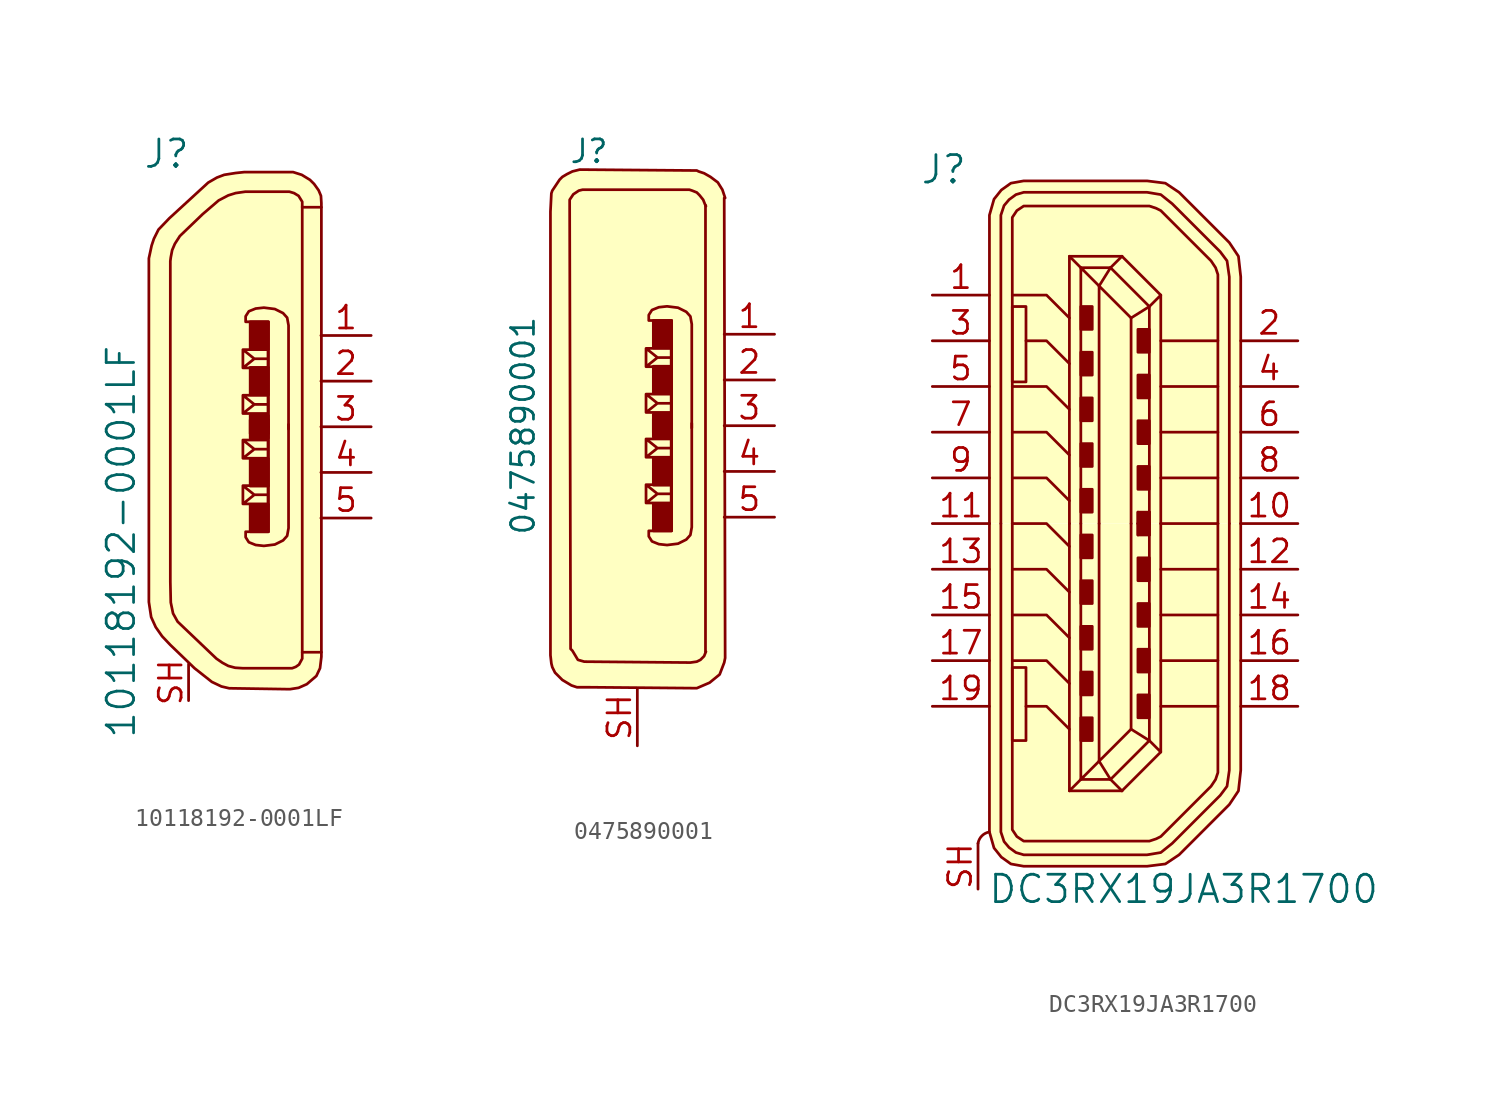
<source format=kicad_sym>
(kicad_symbol_lib
  (version 20220914)
  (generator kicad_symbol_editor)
  (symbol "10118192-0001LF"
    (pin_names
      (offset 1.016))
    (property "Reference" "J"
      (at -3.759 15.189 0)
      (effects (font (size 1.524 1.524))))
    (property "Value" "10118192-0001LF"
      (at -6.299 -6.401 90)
      (effects (font (size 1.524 1.524))))
    (symbol "10118192-0001LF_0_1"
      (polyline (pts (xy 3.785 12.243) (xy 3.785 -12.548)) (stroke (width 0) (type solid)) (fill (type none)))
      (polyline (pts (xy 0.483 -4.293) (xy 0.483 -3.277) (xy 1.88 -3.277) (xy 1.88 -4.293) (xy 0.483 -4.293) (xy 1.118 -3.785) (xy 0.483 -3.277) (xy 1.88 -3.277) (xy 1.88 -3.785) (xy 1.118 -3.785)) (stroke (width 0) (type solid)) (fill (type none)))
      (polyline (pts (xy 0.483 -1.753) (xy 0.483 -0.737) (xy 1.88 -0.737) (xy 1.88 -1.753) (xy 0.483 -1.753) (xy 1.118 -1.245) (xy 0.483 -0.737) (xy 1.88 -0.737) (xy 1.88 -1.245) (xy 1.118 -1.245)) (stroke (width 0) (type solid)) (fill (type none)))
      (polyline (pts (xy 0.483 1.753) (xy 0.483 0.737) (xy 1.88 0.737) (xy 1.88 1.753) (xy 0.483 1.753) (xy 1.118 1.245) (xy 0.483 0.737) (xy 1.88 0.737) (xy 1.88 1.245) (xy 1.118 1.245)) (stroke (width 0) (type solid)) (fill (type none)))
      (polyline (pts (xy 0.483 4.293) (xy 0.483 3.277) (xy 1.88 3.277) (xy 1.88 4.293) (xy 0.483 4.293) (xy 1.118 3.785) (xy 0.483 3.277) (xy 1.88 3.277) (xy 1.88 3.785) (xy 1.118 3.785)) (stroke (width 0) (type solid)) (fill (type none)))
      (polyline (pts (xy 1.905 -0.025) (xy 1.905 5.842) (xy 0.635 5.842) (xy 0.635 6.147) (xy 0.813 6.426) (xy 1.194 6.579) (xy 1.651 6.629) (xy 2.261 6.553) (xy 2.718 6.325) (xy 2.946 6.071) (xy 3.023 5.639) (xy 3.023 4.801) (xy 3.023 -0.127)) (stroke (width 0) (type solid)) (fill (type none)))
      (polyline (pts (xy 1.905 0.025) (xy 1.905 -5.842) (xy 0.635 -5.842) (xy 0.635 -6.147) (xy 0.813 -6.426) (xy 1.194 -6.579) (xy 1.651 -6.629) (xy 2.261 -6.553) (xy 2.718 -6.325) (xy 2.946 -6.071) (xy 3.023 -5.639) (xy 3.023 -4.801) (xy 3.023 0.127)) (stroke (width 0) (type solid)) (fill (type none)))
      (polyline (pts (xy 4.851 -12.548) (xy 3.835 -12.548) (xy 3.785 -12.548) (xy 3.785 -12.903) (xy 3.607 -13.233) (xy 3.429 -13.36) (xy 3.226 -13.437) (xy 0.457 -13.437) (xy 0.051 -13.411) (xy -0.33 -13.31) (xy -0.66 -13.132) (xy -0.991 -12.903) (xy -3.15 -10.846) (xy -3.404 -10.389) (xy -3.531 -9.779) (xy -3.556 -8.636) (xy -3.556 9.22) (xy -3.531 9.423) (xy -3.454 9.83) (xy -3.302 10.185) (xy -3.023 10.617) (xy -1.753 11.836) (xy -0.864 12.598) (xy -0.33 12.878) (xy 0.076 13.005) (xy 0.61 13.081) (xy 3.073 13.081) (xy 3.327 13.005) (xy 3.581 12.852) (xy 3.785 12.522) (xy 3.785 12.217) (xy 4.851 12.217)) (stroke (width 0) (type solid)) (fill (type none)))
      (polyline (pts (xy 4.851 -11.481) (xy 4.851 -12.802) (xy 4.775 -13.437) (xy 4.572 -13.868) (xy 4.039 -14.326) (xy 3.581 -14.529) (xy 3.099 -14.605) (xy -0.279 -14.554) (xy -0.711 -14.453) (xy -1.245 -14.199) (xy -2.21 -13.437) (xy -3.556 -12.141) (xy -4.013 -11.659) (xy -4.369 -11.151) (xy -4.623 -10.592) (xy -4.75 -9.754) (xy -4.75 9.373) (xy -4.597 10.084) (xy -4.47 10.465) (xy -4.216 10.973) (xy -3.607 11.608) (xy -1.448 13.589) (xy -0.965 13.868) (xy -0.559 14.021) (xy 0.076 14.122) (xy 0.559 14.173) (xy 3.277 14.173) (xy 3.759 14.021) (xy 4.216 13.741) (xy 4.445 13.513) (xy 4.699 13.157) (xy 4.826 12.852) (xy 4.851 12.446) (xy 4.851 -11.506)) (stroke (width 0) (type solid)) (fill (type background)))
      (rectangle (start 0.889 -4.318) (end 1.905 -5.842) (stroke (width 0) (type solid)) (fill (type outline)))
      (rectangle (start 0.889 -3.302) (end 1.905 -1.778) (stroke (width 0) (type solid)) (fill (type outline)))
      (rectangle (start 0.889 -0.635) (end 1.905 0.381) (stroke (width 0) (type solid)) (fill (type outline)))
      (rectangle (start 0.889 0.635) (end 1.905 -0.381) (stroke (width 0) (type solid)) (fill (type outline)))
      (rectangle (start 0.889 3.302) (end 1.905 1.778) (stroke (width 0) (type solid)) (fill (type outline)))
      (rectangle (start 0.889 4.318) (end 1.905 5.842) (stroke (width 0) (type solid)) (fill (type outline))))
    (symbol "10118192-0001LF_1_1"
      (pin passive line (at 7.62 5.08 180) (length 2.794) (name "~" (effects (font (size 1.27 1.27)))) (number "1" (effects (font (size 1.27 1.27)))))
      (pin passive line (at 7.62 2.54 180) (length 2.794) (name "~" (effects (font (size 1.27 1.27)))) (number "2" (effects (font (size 1.27 1.27)))))
      (pin passive line (at 7.62 0 180) (length 2.794) (name "~" (effects (font (size 1.27 1.27)))) (number "3" (effects (font (size 1.27 1.27)))))
      (pin passive line (at 7.62 -2.54 180) (length 2.794) (name "~" (effects (font (size 1.27 1.27)))) (number "4" (effects (font (size 1.27 1.27)))))
      (pin passive line (at 7.62 -5.08 180) (length 2.794) (name "~" (effects (font (size 1.27 1.27)))) (number "5" (effects (font (size 1.27 1.27)))))
      (pin passive line (at -2.54 -15.24 90) (length 2.032) (name "~" (effects (font (size 1.27 1.27)))) (number "SH" (effects (font (size 1.27 1.27)))))))
  (symbol "0475890001"
    (pin_names
      (offset 1.016))
    (property "Reference" "J"
      (at -3.81 15.24 0)
      (effects (font (size 1.27 1.27)) (justify left)))
    (property "Value" "0475890001"
      (at -6.35 0 90)
      (effects (font (size 1.27 1.27))))
    (symbol "0475890001_0_1"
      (polyline (pts (xy 3.81 -12.548) (xy 3.708 -12.802) (xy 3.505 -13.005) (xy 3.302 -13.106) (xy 2.946 -13.157) (xy -2.946 -13.106) (xy -3.302 -13.005) (xy -3.454 -12.751) (xy -3.607 -12.497) (xy -3.708 -12.395) (xy -3.759 12.192) (xy -3.759 12.548) (xy -3.556 12.852) (xy -3.251 13.056) (xy -3.048 13.106) (xy 2.54 13.106) (xy 2.896 13.106) (xy 3.048 13.056) (xy 3.302 12.954) (xy 3.454 12.802) (xy 3.658 12.548) (xy 3.759 12.294) (xy 3.81 12.192)) (stroke (width 0) (type solid)) (fill (type none)))
      (polyline (pts (xy 4.877 12.649) (xy 4.724 13.106) (xy 4.47 13.513) (xy 4.064 13.818) (xy 3.708 14.021) (xy 3.404 14.122) (xy 3.302 14.173) (xy -3.2 14.224) (xy -3.607 14.122) (xy -3.912 13.97) (xy -4.166 13.818) (xy -4.318 13.665) (xy -4.521 13.36) (xy -4.724 13.056) (xy -4.775 12.903) (xy -4.826 11.887) (xy -4.826 -12.751) (xy -4.775 -13.208) (xy -4.724 -13.411) (xy -4.572 -13.716) (xy -4.166 -14.122) (xy -3.658 -14.427) (xy -3.353 -14.529) (xy -2.642 -14.529) (xy 3.302 -14.58) (xy 4.013 -14.275) (xy 4.572 -13.818) (xy 4.826 -13.157) (xy 4.877 -12.903) (xy 4.826 12.649)) (stroke (width 0) (type solid)) (fill (type background))))
    (symbol "0475890001_1_1"
      (polyline (pts (xy 3.785 12.243) (xy 3.785 -12.548)) (stroke (width 0) (type solid)) (fill (type none)))
      (polyline (pts (xy 0.483 -4.293) (xy 0.483 -3.277) (xy 1.88 -3.277) (xy 1.88 -4.293) (xy 0.483 -4.293) (xy 1.118 -3.785) (xy 0.483 -3.277) (xy 1.88 -3.277) (xy 1.88 -3.785) (xy 1.118 -3.785)) (stroke (width 0) (type solid)) (fill (type none)))
      (polyline (pts (xy 0.483 -1.753) (xy 0.483 -0.737) (xy 1.88 -0.737) (xy 1.88 -1.753) (xy 0.483 -1.753) (xy 1.118 -1.245) (xy 0.483 -0.737) (xy 1.88 -0.737) (xy 1.88 -1.245) (xy 1.118 -1.245)) (stroke (width 0) (type solid)) (fill (type none)))
      (polyline (pts (xy 0.483 1.753) (xy 0.483 0.737) (xy 1.88 0.737) (xy 1.88 1.753) (xy 0.483 1.753) (xy 1.118 1.245) (xy 0.483 0.737) (xy 1.88 0.737) (xy 1.88 1.245) (xy 1.118 1.245)) (stroke (width 0) (type solid)) (fill (type none)))
      (polyline (pts (xy 0.483 4.293) (xy 0.483 3.277) (xy 1.88 3.277) (xy 1.88 4.293) (xy 0.483 4.293) (xy 1.118 3.785) (xy 0.483 3.277) (xy 1.88 3.277) (xy 1.88 3.785) (xy 1.118 3.785)) (stroke (width 0) (type solid)) (fill (type none)))
      (polyline (pts (xy 1.905 -0.025) (xy 1.905 5.842) (xy 0.635 5.842) (xy 0.635 6.147) (xy 0.813 6.426) (xy 1.194 6.579) (xy 1.651 6.629) (xy 2.261 6.553) (xy 2.718 6.325) (xy 2.946 6.071) (xy 3.023 5.639) (xy 3.023 4.801) (xy 3.023 -0.127)) (stroke (width 0) (type solid)) (fill (type none)))
      (polyline (pts (xy 1.905 0.025) (xy 1.905 -5.842) (xy 0.635 -5.842) (xy 0.635 -6.147) (xy 0.813 -6.426) (xy 1.194 -6.579) (xy 1.651 -6.629) (xy 2.261 -6.553) (xy 2.718 -6.325) (xy 2.946 -6.071) (xy 3.023 -5.639) (xy 3.023 -4.801) (xy 3.023 0.127)) (stroke (width 0) (type solid)) (fill (type none)))
      (rectangle (start 0.889 -4.318) (end 1.905 -5.842) (stroke (width 0) (type solid)) (fill (type outline)))
      (rectangle (start 0.889 -3.302) (end 1.905 -1.778) (stroke (width 0) (type solid)) (fill (type outline)))
      (rectangle (start 0.889 -0.635) (end 1.905 0.381) (stroke (width 0) (type solid)) (fill (type outline)))
      (rectangle (start 0.889 0.635) (end 1.905 -0.381) (stroke (width 0) (type solid)) (fill (type outline)))
      (rectangle (start 0.889 3.302) (end 1.905 1.778) (stroke (width 0) (type solid)) (fill (type outline)))
      (rectangle (start 0.889 4.318) (end 1.905 5.842) (stroke (width 0) (type solid)) (fill (type outline)))
      (pin passive line (at 7.62 5.08 180) (length 2.794) (name "~" (effects (font (size 1.27 1.27)))) (number "1" (effects (font (size 1.27 1.27)))))
      (pin passive line (at 7.62 2.54 180) (length 2.794) (name "~" (effects (font (size 1.27 1.27)))) (number "2" (effects (font (size 1.27 1.27)))))
      (pin passive line (at 7.62 0 180) (length 2.794) (name "~" (effects (font (size 1.27 1.27)))) (number "3" (effects (font (size 1.27 1.27)))))
      (pin passive line (at 7.62 -2.54 180) (length 2.794) (name "~" (effects (font (size 1.27 1.27)))) (number "4" (effects (font (size 1.27 1.27)))))
      (pin passive line (at 7.62 -5.08 180) (length 2.794) (name "~" (effects (font (size 1.27 1.27)))) (number "5" (effects (font (size 1.27 1.27)))))
      (pin passive line (at 0 -17.78 90) (length 3.175) (name "~" (effects (font (size 1.27 1.27)))) (number "SH" (effects (font (size 1.27 1.27)))))))
  (symbol "DC3RX19JA3R1700"
    (pin_names
      (offset 1.016))
    (property "Reference" "J"
      (at -9.525 19.685 0)
      (effects (font (size 1.524 1.524))))
    (property "Value" "DC3RX19JA3R1700"
      (at 3.81 -20.32 0)
      (effects (font (size 1.524 1.524))))
    (symbol "DC3RX19JA3R1700_0_1"
      (arc (start -6.985 -17.145) (mid -7.4042 -17.3608) (end -7.62 -17.78) (stroke (width 0) (type solid)) (fill (type none)))
      (rectangle (start -5.715 -12.065) (end -4.953 -8.001) (stroke (width 0) (type solid)) (fill (type none)))
      (rectangle (start -5.715 12.065) (end -4.953 7.874) (stroke (width 0) (type solid)) (fill (type none)))
      (rectangle (start -1.27 -12.065) (end -1.905 -10.795) (stroke (width 0) (type solid)) (fill (type outline)))
      (rectangle (start -1.27 -9.525) (end -1.905 -8.255) (stroke (width 0) (type solid)) (fill (type outline)))
      (rectangle (start -1.27 -6.985) (end -1.905 -5.715) (stroke (width 0) (type solid)) (fill (type outline)))
      (rectangle (start -1.27 -4.445) (end -1.905 -3.175) (stroke (width 0) (type solid)) (fill (type outline)))
      (rectangle (start -1.27 -1.905) (end -1.905 -0.635) (stroke (width 0) (type solid)) (fill (type outline)))
      (rectangle (start -1.27 1.905) (end -1.905 0.635) (stroke (width 0) (type solid)) (fill (type outline)))
      (rectangle (start -1.27 4.445) (end -1.905 3.175) (stroke (width 0) (type solid)) (fill (type outline)))
      (rectangle (start -1.27 6.985) (end -1.905 5.715) (stroke (width 0) (type solid)) (fill (type outline)))
      (rectangle (start -1.27 9.525) (end -1.905 8.255) (stroke (width 0) (type solid)) (fill (type outline)))
      (rectangle (start -1.27 12.065) (end -1.905 10.795) (stroke (width 0) (type solid)) (fill (type outline)))
      (polyline (pts (xy -2.54 -14.859) (xy 0.381 -14.859)) (stroke (width 0) (type solid)) (fill (type none)))
      (polyline (pts (xy -2.54 14.859) (xy 0.381 14.859)) (stroke (width 0) (type solid)) (fill (type none)))
      (polyline (pts (xy -0.254 -14.224) (xy -1.905 -14.224)) (stroke (width 0) (type solid)) (fill (type none)))
      (polyline (pts (xy -0.254 -14.224) (xy -0.889 -13.208)) (stroke (width 0) (type solid)) (fill (type none)))
      (polyline (pts (xy -0.254 -14.224) (xy 0.381 -14.859)) (stroke (width 0) (type solid)) (fill (type none)))
      (polyline (pts (xy -0.254 14.224) (xy -1.905 14.224)) (stroke (width 0) (type solid)) (fill (type none)))
      (polyline (pts (xy -0.254 14.224) (xy -0.889 13.208)) (stroke (width 0) (type solid)) (fill (type none)))
      (polyline (pts (xy -0.254 14.224) (xy 0.381 14.859)) (stroke (width 0) (type solid)) (fill (type none)))
      (polyline (pts (xy 1.905 -12.065) (xy -0.254 -14.224)) (stroke (width 0) (type solid)) (fill (type none)))
      (polyline (pts (xy 1.905 12.065) (xy -0.254 14.224)) (stroke (width 0) (type solid)) (fill (type none)))
      (polyline (pts (xy 2.54 -12.7) (xy 0.381 -14.859)) (stroke (width 0) (type solid)) (fill (type none)))
      (polyline (pts (xy 2.54 12.7) (xy 0.381 14.859)) (stroke (width 0) (type solid)) (fill (type none)))
      (polyline (pts (xy -2.54 -11.43) (xy -3.81 -10.16) (xy -4.953 -10.16)) (stroke (width 0) (type solid)) (fill (type none)))
      (polyline (pts (xy -2.54 -8.89) (xy -3.81 -7.62) (xy -5.715 -7.62)) (stroke (width 0) (type solid)) (fill (type none)))
      (polyline (pts (xy -2.54 -6.35) (xy -3.81 -5.08) (xy -5.715 -5.08)) (stroke (width 0) (type solid)) (fill (type none)))
      (polyline (pts (xy -2.54 -3.81) (xy -3.81 -2.54) (xy -5.715 -2.54)) (stroke (width 0) (type solid)) (fill (type none)))
      (polyline (pts (xy -2.54 -1.27) (xy -3.81 0) (xy -5.715 0)) (stroke (width 0) (type solid)) (fill (type none)))
      (polyline (pts (xy -2.54 0) (xy -2.54 -14.859) (xy -1.778 -14.097)) (stroke (width 0) (type solid)) (fill (type none)))
      (polyline (pts (xy -2.54 0) (xy -2.54 14.859) (xy -1.778 14.097)) (stroke (width 0) (type solid)) (fill (type none)))
      (polyline (pts (xy -2.54 1.27) (xy -3.81 2.54) (xy -5.715 2.54)) (stroke (width 0) (type solid)) (fill (type none)))
      (polyline (pts (xy -2.54 3.81) (xy -3.81 5.08) (xy -5.715 5.08)) (stroke (width 0) (type solid)) (fill (type none)))
      (polyline (pts (xy -2.54 6.35) (xy -3.81 7.62) (xy -5.715 7.62)) (stroke (width 0) (type solid)) (fill (type none)))
      (polyline (pts (xy -2.54 8.89) (xy -3.81 10.16) (xy -4.953 10.16)) (stroke (width 0) (type solid)) (fill (type none)))
      (polyline (pts (xy -2.54 11.43) (xy -3.81 12.7) (xy -5.715 12.7)) (stroke (width 0) (type solid)) (fill (type none)))
      (polyline (pts (xy -0.889 -13.208) (xy -1.905 -14.224) (xy -1.905 0)) (stroke (width 0) (type solid)) (fill (type none)))
      (polyline (pts (xy -0.889 13.208) (xy -1.905 14.224) (xy -1.905 0)) (stroke (width 0) (type solid)) (fill (type none)))
      (polyline (pts (xy 0.889 -11.43) (xy -0.889 -13.208) (xy -0.889 0)) (stroke (width 0) (type solid)) (fill (type none)))
      (polyline (pts (xy 0.889 11.43) (xy -0.889 13.208) (xy -0.889 0)) (stroke (width 0) (type solid)) (fill (type none)))
      (polyline (pts (xy 2.54 0) (xy 2.54 -12.7) (xy 1.905 -12.065)) (stroke (width 0) (type solid)) (fill (type none)))
      (polyline (pts (xy 2.54 0) (xy 2.54 12.7) (xy 1.905 12.065)) (stroke (width 0) (type solid)) (fill (type none)))
      (polyline (pts (xy 5.715 -10.16) (xy 3.81 -10.16) (xy 2.54 -10.16)) (stroke (width 0) (type solid)) (fill (type none)))
      (polyline (pts (xy 5.715 -7.62) (xy 3.81 -7.62) (xy 2.54 -7.62)) (stroke (width 0) (type solid)) (fill (type none)))
      (polyline (pts (xy 5.715 -5.08) (xy 3.81 -5.08) (xy 2.54 -5.08)) (stroke (width 0) (type solid)) (fill (type none)))
      (polyline (pts (xy 5.715 -2.54) (xy 3.81 -2.54) (xy 2.54 -2.54)) (stroke (width 0) (type solid)) (fill (type none)))
      (polyline (pts (xy 5.715 0) (xy 3.81 0) (xy 2.54 0)) (stroke (width 0) (type solid)) (fill (type none)))
      (polyline (pts (xy 5.715 2.54) (xy 3.81 2.54) (xy 2.54 2.54)) (stroke (width 0) (type solid)) (fill (type none)))
      (polyline (pts (xy 5.715 5.08) (xy 3.81 5.08) (xy 2.54 5.08)) (stroke (width 0) (type solid)) (fill (type none)))
      (polyline (pts (xy 5.715 7.62) (xy 3.81 7.62) (xy 2.54 7.62)) (stroke (width 0) (type solid)) (fill (type none)))
      (polyline (pts (xy 5.715 10.16) (xy 3.81 10.16) (xy 2.54 10.16)) (stroke (width 0) (type solid)) (fill (type none)))
      (polyline (pts (xy 0.889 0) (xy 0.889 -11.43) (xy 1.905 -12.065) (xy 1.905 0)) (stroke (width 0) (type solid)) (fill (type none)))
      (polyline (pts (xy 0.889 0) (xy 0.889 11.43) (xy 1.905 12.065) (xy 1.905 0)) (stroke (width 0) (type solid)) (fill (type none)))
      (polyline (pts (xy 5.715 0) (xy 5.715 -13.843) (xy 5.588 -14.224) (xy 5.334 -14.605) (xy 2.54 -17.399) (xy 2.286 -17.526) (xy 1.905 -17.653) (xy -5.08 -17.653) (xy -5.461 -17.399) (xy -5.715 -17.018) (xy -5.715 0)) (stroke (width 0) (type solid)) (fill (type none)))
      (polyline (pts (xy 5.715 0) (xy 5.715 13.843) (xy 5.588 14.224) (xy 5.334 14.605) (xy 2.54 17.399) (xy 2.286 17.526) (xy 1.905 17.653) (xy -5.08 17.653) (xy -5.461 17.399) (xy -5.715 17.018) (xy -5.715 0)) (stroke (width 0) (type solid)) (fill (type none)))
      (polyline (pts (xy -6.985 0) (xy -6.985 -17.145) (xy -6.731 -18.034) (xy -6.325 -18.542) (xy -5.791 -18.923) (xy -5.08 -19.05) (xy 1.778 -19.05) (xy 2.794 -18.923) (xy 3.556 -18.415) (xy 6.35 -15.621) (xy 6.858 -14.859) (xy 6.985 -13.716) (xy 6.985 0)) (stroke (width 0) (type solid)) (fill (type background)))
      (polyline (pts (xy -6.985 0) (xy -6.985 17.145) (xy -6.731 18.034) (xy -6.325 18.542) (xy -5.791 18.923) (xy -5.08 19.05) (xy 1.778 19.05) (xy 2.794 18.923) (xy 3.556 18.415) (xy 6.35 15.621) (xy 6.858 14.859) (xy 6.985 13.716) (xy 6.985 0)) (stroke (width 0) (type solid)) (fill (type background)))
      (polyline (pts (xy 6.35 0) (xy 6.35 -13.716) (xy 6.223 -14.605) (xy 5.842 -15.113) (xy 3.175 -17.78) (xy 2.54 -18.288) (xy 1.778 -18.415) (xy -5.08 -18.415) (xy -5.512 -18.288) (xy -5.893 -18.009) (xy -6.172 -17.678) (xy -6.35 -17.145) (xy -6.35 0)) (stroke (width 0) (type solid)) (fill (type none)))
      (polyline (pts (xy 6.35 0) (xy 6.35 13.716) (xy 6.223 14.605) (xy 5.842 15.113) (xy 3.175 17.78) (xy 2.54 18.288) (xy 1.778 18.415) (xy -5.08 18.415) (xy -5.512 18.288) (xy -5.893 18.009) (xy -6.172 17.678) (xy -6.35 17.145) (xy -6.35 0)) (stroke (width 0) (type solid)) (fill (type none)))
      (rectangle (start 1.27 0) (end 1.27 -0.635) (stroke (width 0) (type solid)) (fill (type none)))
      (rectangle (start 1.27 0) (end 1.27 0) (stroke (width 0) (type solid)) (fill (type none)))
      (rectangle (start 1.27 0) (end 1.27 0.635) (stroke (width 0) (type solid)) (fill (type none)))
      (rectangle (start 1.27 0) (end 1.905 -0.635) (stroke (width 0) (type solid)) (fill (type outline)))
      (rectangle (start 1.27 0) (end 1.905 0.635) (stroke (width 0) (type solid)) (fill (type outline)))
      (rectangle (start 1.905 -10.795) (end 1.27 -9.525) (stroke (width 0) (type solid)) (fill (type outline)))
      (rectangle (start 1.905 -8.255) (end 1.27 -6.985) (stroke (width 0) (type solid)) (fill (type outline)))
      (rectangle (start 1.905 -5.715) (end 1.27 -4.445) (stroke (width 0) (type solid)) (fill (type outline)))
      (rectangle (start 1.905 -3.175) (end 1.27 -1.905) (stroke (width 0) (type solid)) (fill (type outline)))
      (rectangle (start 1.905 -0.635) (end 1.905 -0.635) (stroke (width 0) (type solid)) (fill (type none)))
      (rectangle (start 1.905 -0.635) (end 1.905 0) (stroke (width 0) (type solid)) (fill (type none)))
      (rectangle (start 1.905 0.635) (end 1.905 0) (stroke (width 0) (type solid)) (fill (type none)))
      (rectangle (start 1.905 0.635) (end 1.905 0.635) (stroke (width 0) (type solid)) (fill (type none)))
      (rectangle (start 1.905 3.175) (end 1.27 1.905) (stroke (width 0) (type solid)) (fill (type outline)))
      (rectangle (start 1.905 5.715) (end 1.27 4.445) (stroke (width 0) (type solid)) (fill (type outline)))
      (rectangle (start 1.905 8.255) (end 1.27 6.985) (stroke (width 0) (type solid)) (fill (type outline)))
      (rectangle (start 1.905 10.795) (end 1.27 9.525) (stroke (width 0) (type solid)) (fill (type outline))))
    (symbol "DC3RX19JA3R1700_1_1"
      (pin passive line (at -10.16 12.7 0) (length 3.175) (name "~" (effects (font (size 1.27 1.27)))) (number "1" (effects (font (size 1.27 1.27)))))
      (pin passive line (at 10.16 0 180) (length 3.175) (name "~" (effects (font (size 1.27 1.27)))) (number "10" (effects (font (size 1.27 1.27)))))
      (pin passive line (at -10.16 0 0) (length 3.175) (name "~" (effects (font (size 1.27 1.27)))) (number "11" (effects (font (size 1.27 1.27)))))
      (pin passive line (at 10.16 -2.54 180) (length 3.175) (name "~" (effects (font (size 1.27 1.27)))) (number "12" (effects (font (size 1.27 1.27)))))
      (pin passive line (at -10.16 -2.54 0) (length 3.175) (name "~" (effects (font (size 1.27 1.27)))) (number "13" (effects (font (size 1.27 1.27)))))
      (pin passive line (at 10.16 -5.08 180) (length 3.175) (name "~" (effects (font (size 1.27 1.27)))) (number "14" (effects (font (size 1.27 1.27)))))
      (pin passive line (at -10.16 -5.08 0) (length 3.175) (name "~" (effects (font (size 1.27 1.27)))) (number "15" (effects (font (size 1.27 1.27)))))
      (pin passive line (at 10.16 -7.62 180) (length 3.175) (name "~" (effects (font (size 1.27 1.27)))) (number "16" (effects (font (size 1.27 1.27)))))
      (pin passive line (at -10.16 -7.62 0) (length 3.175) (name "~" (effects (font (size 1.27 1.27)))) (number "17" (effects (font (size 1.27 1.27)))))
      (pin passive line (at 10.16 -10.16 180) (length 3.175) (name "~" (effects (font (size 1.27 1.27)))) (number "18" (effects (font (size 1.27 1.27)))))
      (pin passive line (at -10.16 -10.16 0) (length 3.175) (name "~" (effects (font (size 1.27 1.27)))) (number "19" (effects (font (size 1.27 1.27)))))
      (pin passive line (at 10.16 10.16 180) (length 3.175) (name "~" (effects (font (size 1.27 1.27)))) (number "2" (effects (font (size 1.27 1.27)))))
      (pin passive line (at -10.16 10.16 0) (length 3.175) (name "~" (effects (font (size 1.27 1.27)))) (number "3" (effects (font (size 1.27 1.27)))))
      (pin passive line (at 10.16 7.62 180) (length 3.175) (name "~" (effects (font (size 1.27 1.27)))) (number "4" (effects (font (size 1.27 1.27)))))
      (pin passive line (at -10.16 7.62 0) (length 3.175) (name "~" (effects (font (size 1.27 1.27)))) (number "5" (effects (font (size 1.27 1.27)))))
      (pin passive line (at 10.16 5.08 180) (length 3.175) (name "~" (effects (font (size 1.27 1.27)))) (number "6" (effects (font (size 1.27 1.27)))))
      (pin passive line (at -10.16 5.08 0) (length 3.175) (name "~" (effects (font (size 1.27 1.27)))) (number "7" (effects (font (size 1.27 1.27)))))
      (pin passive line (at 10.16 2.54 180) (length 3.175) (name "~" (effects (font (size 1.27 1.27)))) (number "8" (effects (font (size 1.27 1.27)))))
      (pin passive line (at -10.16 2.54 0) (length 3.175) (name "~" (effects (font (size 1.27 1.27)))) (number "9" (effects (font (size 1.27 1.27)))))
      (pin input line (at -7.62 -20.32 90) (length 2.54) (name "~" (effects (font (size 1.27 1.27)))) (number "SH" (effects (font (size 1.27 1.27))))))))
</source>
